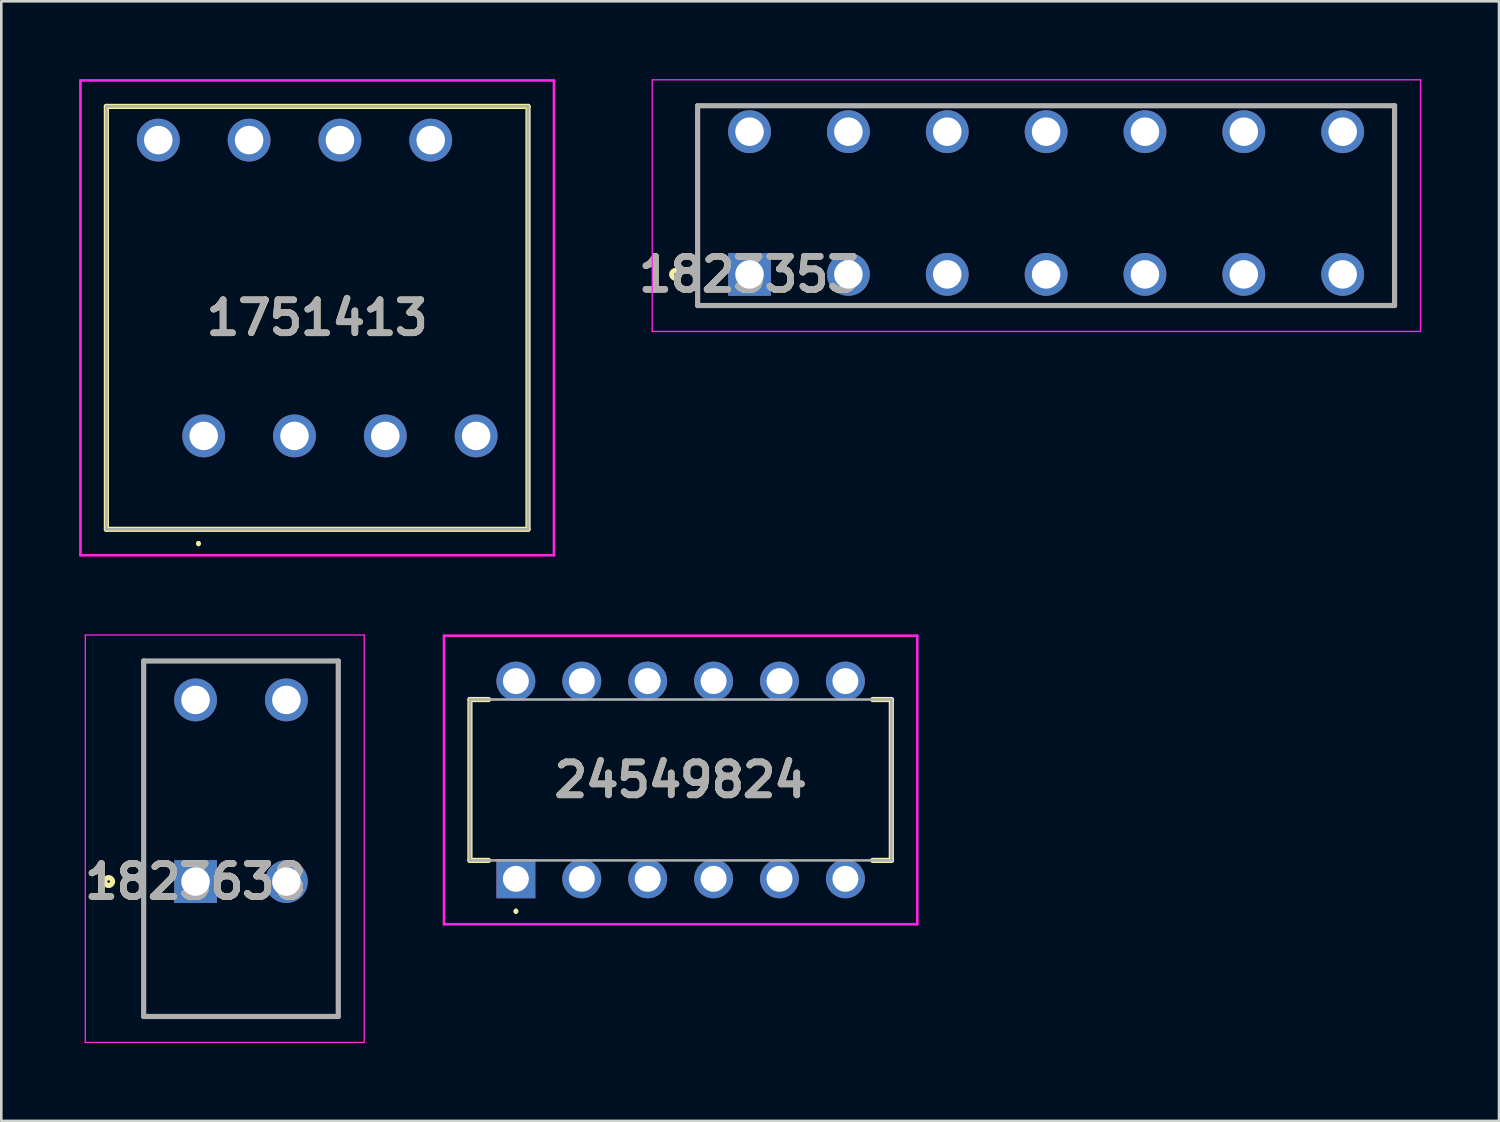
<source format=kicad_pcb>
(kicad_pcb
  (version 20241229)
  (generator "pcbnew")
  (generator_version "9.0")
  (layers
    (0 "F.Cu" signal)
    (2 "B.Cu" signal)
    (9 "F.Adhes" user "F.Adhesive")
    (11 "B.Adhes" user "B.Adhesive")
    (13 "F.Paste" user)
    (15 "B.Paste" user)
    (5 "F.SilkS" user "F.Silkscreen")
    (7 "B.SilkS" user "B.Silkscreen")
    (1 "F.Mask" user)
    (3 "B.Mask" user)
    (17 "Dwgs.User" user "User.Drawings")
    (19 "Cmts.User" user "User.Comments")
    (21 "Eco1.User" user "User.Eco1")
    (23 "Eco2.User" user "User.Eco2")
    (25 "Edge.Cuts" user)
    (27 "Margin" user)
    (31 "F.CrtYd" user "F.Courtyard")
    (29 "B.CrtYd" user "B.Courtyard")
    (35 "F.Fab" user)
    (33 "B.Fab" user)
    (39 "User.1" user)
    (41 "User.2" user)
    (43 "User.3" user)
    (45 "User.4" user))
  (footprint "1751413"
    (layer "F.Cu")
    (at 4.8 13.75)
    (property "Reference" "1751413" (at 4.375 -4.55 0) (layer "F.SilkS") (effects (font (size 1.27 1.27) (thickness 0.254))))
    (attr through_hole)
    (fp_line (start -3.75 -12.7) (end 12.5 -12.7) (stroke (width 0.2) (type solid)) (layer "F.SilkS"))
    (fp_line (start -3.75 3.6) (end -3.75 -12.7) (stroke (width 0.2) (type solid)) (layer "F.SilkS"))
    (fp_line (start -0.2 4.1) (end -0.2 4.1) (stroke (width 0.1) (type solid)) (layer "F.SilkS"))
    (fp_line (start -0.2 4.2) (end -0.2 4.2) (stroke (width 0.1) (type solid)) (layer "F.SilkS"))
    (fp_line (start 12.5 -12.7) (end 12.5 3.6) (stroke (width 0.2) (type solid)) (layer "F.SilkS"))
    (fp_line (start 12.5 3.6) (end -3.75 3.6) (stroke (width 0.2) (type solid)) (layer "F.SilkS"))
    (fp_arc (start -0.2 4.1) (mid -0.15 4.15) (end -0.2 4.2) (stroke (width 0.1) (type solid)) (layer "F.SilkS"))
    (fp_arc (start -0.2 4.2) (mid -0.25 4.15) (end -0.2 4.1) (stroke (width 0.1) (type solid)) (layer "F.SilkS"))
    (fp_line (start -4.75 -13.7) (end 13.5 -13.7) (stroke (width 0.1) (type solid)) (layer "F.CrtYd"))
    (fp_line (start -4.75 4.6) (end -4.75 -13.7) (stroke (width 0.1) (type solid)) (layer "F.CrtYd"))
    (fp_line (start 13.5 -13.7) (end 13.5 4.6) (stroke (width 0.1) (type solid)) (layer "F.CrtYd"))
    (fp_line (start 13.5 4.6) (end -4.75 4.6) (stroke (width 0.1) (type solid)) (layer "F.CrtYd"))
    (fp_line (start -3.75 -12.7) (end 12.5 -12.7) (stroke (width 0.1) (type solid)) (layer "F.Fab"))
    (fp_line (start -3.75 3.6) (end -3.75 -12.7) (stroke (width 0.1) (type solid)) (layer "F.Fab"))
    (fp_line (start 12.5 -12.7) (end 12.5 3.6) (stroke (width 0.1) (type solid)) (layer "F.Fab"))
    (fp_line (start 12.5 3.6) (end -3.75 3.6) (stroke (width 0.1) (type solid)) (layer "F.Fab"))
    (fp_text user "${REFERENCE}" (at 4.375 -4.55 0) (layer "F.Fab") (effects (font (size 1.27 1.27) (thickness 0.254))))
    (pad "1" thru_hole circle (at 0 0) (size 1.65 1.65) (drill 1.1) (layers "*.Cu" "*.Mask"))
    (pad "2" thru_hole circle (at -1.75 -11.4) (size 1.65 1.65) (drill 1.1) (layers "*.Cu" "*.Mask"))
    (pad "3" thru_hole circle (at 3.5 0) (size 1.65 1.65) (drill 1.1) (layers "*.Cu" "*.Mask"))
    (pad "4" thru_hole circle (at 1.75 -11.4) (size 1.65 1.65) (drill 1.1) (layers "*.Cu" "*.Mask"))
    (pad "5" thru_hole circle (at 7 0) (size 1.65 1.65) (drill 1.1) (layers "*.Cu" "*.Mask"))
    (pad "6" thru_hole circle (at 5.25 -11.4) (size 1.65 1.65) (drill 1.1) (layers "*.Cu" "*.Mask"))
    (pad "7" thru_hole circle (at 10.5 0) (size 1.65 1.65) (drill 1.1) (layers "*.Cu" "*.Mask"))
    (pad "8" thru_hole circle (at 8.75 -11.4) (size 1.65 1.65) (drill 1.1) (layers "*.Cu" "*.Mask")))
  (footprint "1823353"
    (layer "F.Cu")
    (at 25.837 7.525)
    (property "Reference" "1823353" (at 0 0 0) (layer "F.SilkS") (effects (font (size 1.27 1.27) (thickness 0.254))))
    (attr through_hole)
    (fp_line (start -2 1.2) (end -2 -6.5) (stroke (width 0.1) (type solid)) (layer "F.SilkS"))
    (fp_line (start 24.86 -6.5) (end 24.86 1.2) (stroke (width 0.1) (type solid)) (layer "F.SilkS"))
    (fp_line (start 24.86 1.2) (end -2 1.2) (stroke (width 0.1) (type solid)) (layer "F.SilkS"))
    (fp_circle (center -2.85 0) (end -2.85 0.05) (stroke (width 0.2) (type solid)) (fill no) (layer "F.SilkS"))
    (fp_line (start -3.75 -7.5) (end 25.86 -7.5) (stroke (width 0.05) (type solid)) (layer "F.CrtYd"))
    (fp_line (start -3.75 2.2) (end -3.75 -7.5) (stroke (width 0.05) (type solid)) (layer "F.CrtYd"))
    (fp_line (start 25.86 -7.5) (end 25.86 2.2) (stroke (width 0.05) (type solid)) (layer "F.CrtYd"))
    (fp_line (start 25.86 2.2) (end -3.75 2.2) (stroke (width 0.05) (type solid)) (layer "F.CrtYd"))
    (fp_line (start -2 -6.5) (end 24.86 -6.5) (stroke (width 0.2) (type solid)) (layer "F.Fab"))
    (fp_line (start -2 1.2) (end -2 -6.5) (stroke (width 0.2) (type solid)) (layer "F.Fab"))
    (fp_line (start 24.86 -6.5) (end 24.86 1.2) (stroke (width 0.2) (type solid)) (layer "F.Fab"))
    (fp_line (start 24.86 1.2) (end -2 1.2) (stroke (width 0.2) (type solid)) (layer "F.Fab"))
    (fp_text user "${REFERENCE}" (at 0 0 0) (layer "F.Fab") (effects (font (size 1.27 1.27) (thickness 0.254))))
    (pad "1" thru_hole rect (at 0 0) (size 1.65 1.65) (drill 1.1) (layers "*.Cu" "*.Mask"))
    (pad "2" thru_hole circle (at 0 -5.5) (size 1.65 1.65) (drill 1.1) (layers "*.Cu" "*.Mask"))
    (pad "3" thru_hole circle (at 3.81 0) (size 1.65 1.65) (drill 1.1) (layers "*.Cu" "*.Mask"))
    (pad "4" thru_hole circle (at 3.81 -5.5) (size 1.65 1.65) (drill 1.1) (layers "*.Cu" "*.Mask"))
    (pad "5" thru_hole circle (at 7.62 0) (size 1.65 1.65) (drill 1.1) (layers "*.Cu" "*.Mask"))
    (pad "6" thru_hole circle (at 7.62 -5.5) (size 1.65 1.65) (drill 1.1) (layers "*.Cu" "*.Mask"))
    (pad "7" thru_hole circle (at 11.43 0) (size 1.65 1.65) (drill 1.1) (layers "*.Cu" "*.Mask"))
    (pad "8" thru_hole circle (at 11.43 -5.5) (size 1.65 1.65) (drill 1.1) (layers "*.Cu" "*.Mask"))
    (pad "9" thru_hole circle (at 15.24 0) (size 1.65 1.65) (drill 1.1) (layers "*.Cu" "*.Mask"))
    (pad "10" thru_hole circle (at 15.24 -5.5) (size 1.65 1.65) (drill 1.1) (layers "*.Cu" "*.Mask"))
    (pad "11" thru_hole circle (at 19.05 0) (size 1.65 1.65) (drill 1.1) (layers "*.Cu" "*.Mask"))
    (pad "12" thru_hole circle (at 19.05 -5.5) (size 1.65 1.65) (drill 1.1) (layers "*.Cu" "*.Mask"))
    (pad "13" thru_hole circle (at 22.86 0) (size 1.65 1.65) (drill 1.1) (layers "*.Cu" "*.Mask"))
    (pad "14" thru_hole circle (at 22.86 -5.5) (size 1.65 1.65) (drill 1.1) (layers "*.Cu" "*.Mask")))
  (footprint "24549824"
    (layer "F.Cu")
    (at 16.832 30.82)
    (property "Reference" "24549824" (at 6.35 -3.81 0) (layer "F.SilkS") (effects (font (size 1.27 1.27) (thickness 0.254))))
    (attr through_hole)
    (fp_line (start -1.77 -6.91) (end -1.77 -0.71) (stroke (width 0.2) (type solid)) (layer "F.SilkS"))
    (fp_line (start -1.77 -0.71) (end -1.05 -0.71) (stroke (width 0.2) (type solid)) (layer "F.SilkS"))
    (fp_line (start -1.05 -6.91) (end -1.77 -6.91) (stroke (width 0.2) (type solid)) (layer "F.SilkS"))
    (fp_line (start 0 1.2) (end 0 1.2) (stroke (width 0.1) (type solid)) (layer "F.SilkS"))
    (fp_line (start 0 1.3) (end 0 1.3) (stroke (width 0.1) (type solid)) (layer "F.SilkS"))
    (fp_line (start 13.75 -6.91) (end 14.47 -6.91) (stroke (width 0.2) (type solid)) (layer "F.SilkS"))
    (fp_line (start 14.47 -6.91) (end 14.47 -0.71) (stroke (width 0.2) (type solid)) (layer "F.SilkS"))
    (fp_line (start 14.47 -0.71) (end 13.75 -0.71) (stroke (width 0.2) (type solid)) (layer "F.SilkS"))
    (fp_arc (start 0 1.2) (mid 0.05 1.25) (end 0 1.3) (stroke (width 0.1) (type solid)) (layer "F.SilkS"))
    (fp_arc (start 0 1.3) (mid -0.05 1.25) (end 0 1.2) (stroke (width 0.1) (type solid)) (layer "F.SilkS"))
    (fp_line (start -2.77 -9.37) (end 15.47 -9.37) (stroke (width 0.1) (type solid)) (layer "F.CrtYd"))
    (fp_line (start -2.77 1.75) (end -2.77 -9.37) (stroke (width 0.1) (type solid)) (layer "F.CrtYd"))
    (fp_line (start 15.47 -9.37) (end 15.47 1.75) (stroke (width 0.1) (type solid)) (layer "F.CrtYd"))
    (fp_line (start 15.47 1.75) (end -2.77 1.75) (stroke (width 0.1) (type solid)) (layer "F.CrtYd"))
    (fp_line (start -1.77 -6.91) (end -1.77 -0.71) (stroke (width 0.1) (type solid)) (layer "F.Fab"))
    (fp_line (start -1.77 -0.71) (end 14.47 -0.71) (stroke (width 0.1) (type solid)) (layer "F.Fab"))
    (fp_line (start 14.47 -6.91) (end -1.77 -6.91) (stroke (width 0.1) (type solid)) (layer "F.Fab"))
    (fp_line (start 14.47 -0.71) (end 14.47 -6.91) (stroke (width 0.1) (type solid)) (layer "F.Fab"))
    (fp_text user "${REFERENCE}" (at 6.35 -3.81 0) (layer "F.Fab") (effects (font (size 1.27 1.27) (thickness 0.254))))
    (pad "A1" thru_hole rect (at 0 0) (size 1.5 1.5) (drill 1) (layers "*.Cu" "*.Mask"))
    (pad "A2" thru_hole circle (at 2.54 0) (size 1.5 1.5) (drill 1) (layers "*.Cu" "*.Mask"))
    (pad "A3" thru_hole circle (at 5.08 0) (size 1.5 1.5) (drill 1) (layers "*.Cu" "*.Mask"))
    (pad "A4" thru_hole circle (at 7.62 0) (size 1.5 1.5) (drill 1) (layers "*.Cu" "*.Mask"))
    (pad "A5" thru_hole circle (at 10.16 0) (size 1.5 1.5) (drill 1) (layers "*.Cu" "*.Mask"))
    (pad "A6" thru_hole circle (at 12.7 0) (size 1.5 1.5) (drill 1) (layers "*.Cu" "*.Mask"))
    (pad "B1" thru_hole circle (at 0 -7.62) (size 1.5 1.5) (drill 1) (layers "*.Cu" "*.Mask"))
    (pad "B2" thru_hole circle (at 2.54 -7.62) (size 1.5 1.5) (drill 1) (layers "*.Cu" "*.Mask"))
    (pad "B3" thru_hole circle (at 5.08 -7.62) (size 1.5 1.5) (drill 1) (layers "*.Cu" "*.Mask"))
    (pad "B4" thru_hole circle (at 7.62 -7.62) (size 1.5 1.5) (drill 1) (layers "*.Cu" "*.Mask"))
    (pad "B5" thru_hole circle (at 10.16 -7.62) (size 1.5 1.5) (drill 1) (layers "*.Cu" "*.Mask"))
    (pad "B6" thru_hole circle (at 12.7 -7.62) (size 1.5 1.5) (drill 1) (layers "*.Cu" "*.Mask")))
  (footprint "1823638"
    (layer "F.Cu")
    (at 4.487 30.925)
    (property "Reference" "1823638" (at 0 0 0) (layer "F.SilkS") (effects (font (size 1.27 1.27) (thickness 0.254))))
    (attr through_hole)
    (fp_line (start -2 -8.5) (end 5.5 -8.5) (stroke (width 0.1) (type solid)) (layer "F.SilkS"))
    (fp_line (start -2 5.2) (end -2 -8.5) (stroke (width 0.1) (type solid)) (layer "F.SilkS"))
    (fp_line (start 5.5 -8.5) (end 5.5 5.2) (stroke (width 0.1) (type solid)) (layer "F.SilkS"))
    (fp_line (start 5.5 5.2) (end -2 5.2) (stroke (width 0.1) (type solid)) (layer "F.SilkS"))
    (fp_circle (center -3.35 0) (end -3.35 0.05) (stroke (width 0.2) (type solid)) (fill no) (layer "F.SilkS"))
    (fp_line (start -4.25 -9.5) (end 6.5 -9.5) (stroke (width 0.05) (type solid)) (layer "F.CrtYd"))
    (fp_line (start -4.25 6.2) (end -4.25 -9.5) (stroke (width 0.05) (type solid)) (layer "F.CrtYd"))
    (fp_line (start 6.5 -9.5) (end 6.5 6.2) (stroke (width 0.05) (type solid)) (layer "F.CrtYd"))
    (fp_line (start 6.5 6.2) (end -4.25 6.2) (stroke (width 0.05) (type solid)) (layer "F.CrtYd"))
    (fp_line (start -2 -8.5) (end 5.5 -8.5) (stroke (width 0.2) (type solid)) (layer "F.Fab"))
    (fp_line (start -2 5.2) (end -2 -8.5) (stroke (width 0.2) (type solid)) (layer "F.Fab"))
    (fp_line (start 5.5 -8.5) (end 5.5 5.2) (stroke (width 0.2) (type solid)) (layer "F.Fab"))
    (fp_line (start 5.5 5.2) (end -2 5.2) (stroke (width 0.2) (type solid)) (layer "F.Fab"))
    (fp_text user "${REFERENCE}" (at 0 0 0) (layer "F.Fab") (effects (font (size 1.27 1.27) (thickness 0.254))))
    (pad "1" thru_hole rect (at 0 0) (size 1.65 1.65) (drill 1.1) (layers "*.Cu" "*.Mask"))
    (pad "2" thru_hole circle (at 0 -7) (size 1.65 1.65) (drill 1.1) (layers "*.Cu" "*.Mask"))
    (pad "3" thru_hole circle (at 3.5 0) (size 1.65 1.65) (drill 1.1) (layers "*.Cu" "*.Mask"))
    (pad "4" thru_hole circle (at 3.5 -7) (size 1.65 1.65) (drill 1.1) (layers "*.Cu" "*.Mask")))
  (gr_rect
    (start -3 -3)
    (end 54.722 40.15)
    (stroke (width 0.1) (type default))
    (fill no)
    (layer "Edge.Cuts")))
</source>
